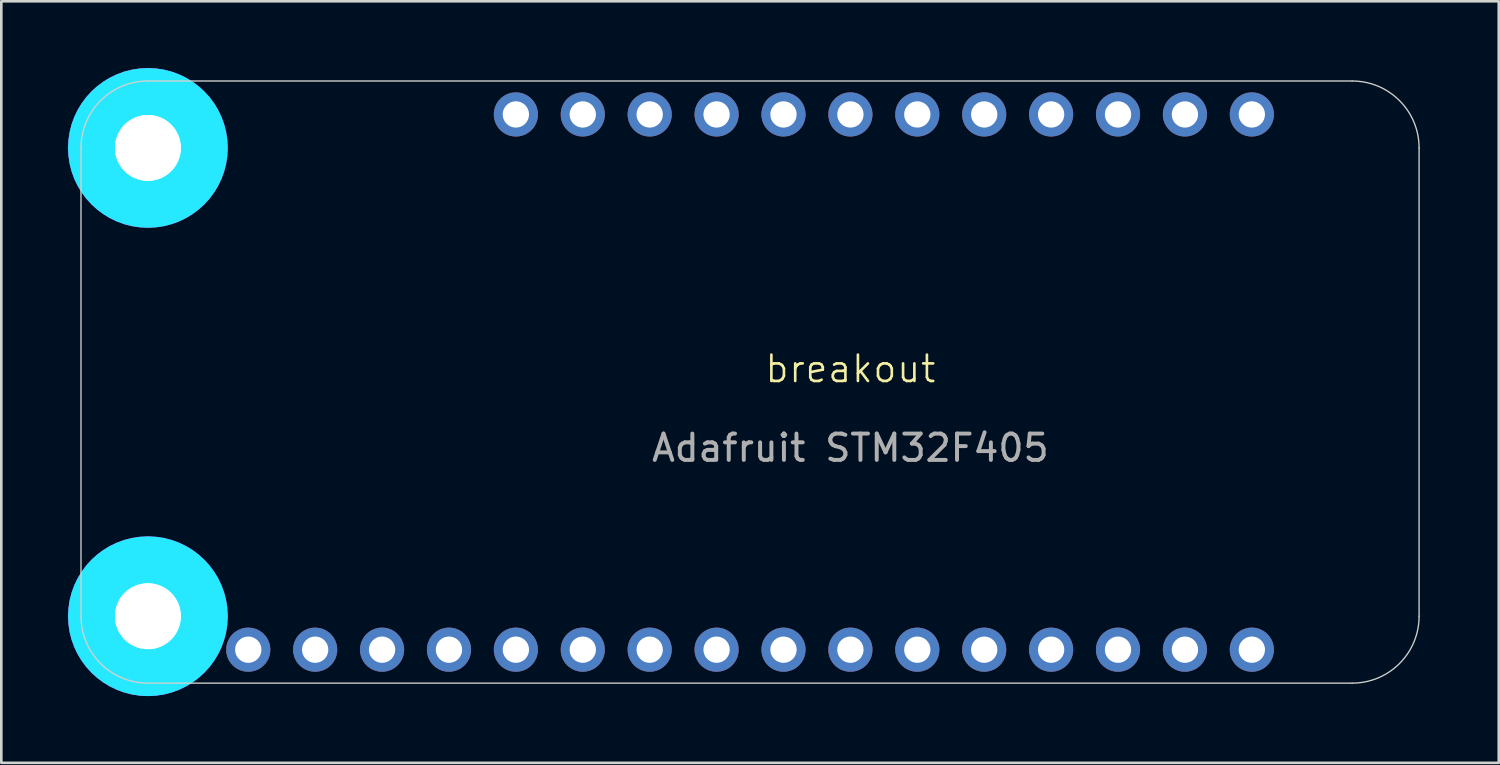
<source format=kicad_pcb>
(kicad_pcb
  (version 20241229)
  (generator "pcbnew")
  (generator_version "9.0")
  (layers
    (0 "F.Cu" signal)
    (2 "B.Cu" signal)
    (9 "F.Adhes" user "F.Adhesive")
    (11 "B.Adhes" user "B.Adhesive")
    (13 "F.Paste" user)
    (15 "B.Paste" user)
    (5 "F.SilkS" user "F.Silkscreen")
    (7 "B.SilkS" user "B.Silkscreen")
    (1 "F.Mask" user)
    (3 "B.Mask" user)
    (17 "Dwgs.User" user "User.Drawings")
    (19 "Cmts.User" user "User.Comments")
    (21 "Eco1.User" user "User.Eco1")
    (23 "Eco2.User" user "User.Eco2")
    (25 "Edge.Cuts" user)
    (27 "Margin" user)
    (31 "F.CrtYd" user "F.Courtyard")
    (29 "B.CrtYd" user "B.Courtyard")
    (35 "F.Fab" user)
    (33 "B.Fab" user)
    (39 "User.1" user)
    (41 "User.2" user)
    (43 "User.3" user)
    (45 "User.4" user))
  (footprint "breakout"
    (layer "F.Cu")
    (at 29.235 11.455)
    (property "Reference" "breakout" (at 0 -0.5 0) (unlocked yes) (layer "F.SilkS") (effects (font (size 1 1) (thickness 0.1))))
    (attr smd)
    (fp_circle (center -26.67 -8.89) (end -26.67 -6.89) (stroke (width 0.203) (type solid)) (fill no) (layer "F.SilkS"))
    (fp_circle (center -26.67 8.89) (end -26.67 10.89) (stroke (width 0.203) (type solid)) (fill no) (layer "F.SilkS"))
    (fp_line (start -29.21 -8.89) (end -29.21 8.89) (stroke (width 0.05) (type solid)) (layer "Edge.Cuts"))
    (fp_line (start -26.67 11.43) (end 19.05 11.43) (stroke (width 0.05) (type solid)) (layer "Edge.Cuts"))
    (fp_line (start 19.05 -11.43) (end -26.67 -11.43) (stroke (width 0.05) (type solid)) (layer "Edge.Cuts"))
    (fp_line (start 21.59 8.89) (end 21.59 -8.89) (stroke (width 0.05) (type solid)) (layer "Edge.Cuts"))
    (fp_arc (start -29.21 -8.89) (mid -28.466051 -10.686051) (end -26.67 -11.43) (stroke (width 0.05) (type solid)) (layer "Edge.Cuts"))
    (fp_arc (start -26.67 11.43) (mid -28.466051 10.686051) (end -29.21 8.89) (stroke (width 0.05) (type solid)) (layer "Edge.Cuts"))
    (fp_arc (start 19.05 -11.43) (mid 20.846051 -10.686051) (end 21.59 -8.89) (stroke (width 0.05) (type solid)) (layer "Edge.Cuts"))
    (fp_arc (start 21.589999 8.89) (mid 20.846051 10.686051) (end 19.05 11.429999) (stroke (width 0.05) (type solid)) (layer "Edge.Cuts"))
    (fp_circle (center -26.67 -8.89) (end -26.67 -7.89) (stroke (width 2.032) (type solid)) (fill no) (layer "B.CrtYd"))
    (fp_circle (center -26.67 8.89) (end -26.67 9.89) (stroke (width 2.032) (type solid)) (fill no) (layer "B.CrtYd"))
    (fp_circle (center -26.67 -8.89) (end -26.67 -7.89) (stroke (width 2.032) (type solid)) (fill no) (layer "F.CrtYd"))
    (fp_circle (center -26.67 8.89) (end -26.67 9.89) (stroke (width 2.032) (type solid)) (fill no) (layer "F.CrtYd"))
    (fp_text user "Adafruit STM32F405" (at 0 2.5 0) (unlocked yes) (layer "F.Fab") (effects (font (size 1 1) (thickness 0.15))))
    (pad "1" thru_hole circle (at 15.24 10.16 270) (size 1.676 1.676) (drill 1) (layers "*.Cu" "*.Mask"))
    (pad "2" thru_hole circle (at 12.7 10.16 270) (size 1.676 1.676) (drill 1) (layers "*.Cu" "*.Mask"))
    (pad "3" thru_hole circle (at 10.16 10.16 270) (size 1.676 1.676) (drill 1) (layers "*.Cu" "*.Mask"))
    (pad "4" thru_hole circle (at 7.62 10.16 270) (size 1.676 1.676) (drill 1) (layers "*.Cu" "*.Mask"))
    (pad "5" thru_hole circle (at 5.08 10.16 270) (size 1.676 1.676) (drill 1) (layers "*.Cu" "*.Mask"))
    (pad "6" thru_hole circle (at 2.54 10.16 270) (size 1.676 1.676) (drill 1) (layers "*.Cu" "*.Mask"))
    (pad "7" thru_hole circle (at 0 10.16 270) (size 1.676 1.676) (drill 1) (layers "*.Cu" "*.Mask"))
    (pad "8" thru_hole circle (at -2.54 10.16 270) (size 1.676 1.676) (drill 1) (layers "*.Cu" "*.Mask"))
    (pad "9" thru_hole circle (at -5.08 10.16 270) (size 1.676 1.676) (drill 1) (layers "*.Cu" "*.Mask"))
    (pad "10" thru_hole circle (at -7.62 10.16 270) (size 1.676 1.676) (drill 1) (layers "*.Cu" "*.Mask"))
    (pad "11" thru_hole circle (at -10.16 10.16 270) (size 1.676 1.676) (drill 1) (layers "*.Cu" "*.Mask"))
    (pad "12" thru_hole circle (at -12.7 10.16 270) (size 1.676 1.676) (drill 1) (layers "*.Cu" "*.Mask"))
    (pad "13" thru_hole circle (at -15.24 10.16 270) (size 1.676 1.676) (drill 1) (layers "*.Cu" "*.Mask"))
    (pad "14" thru_hole circle (at -17.78 10.16 270) (size 1.676 1.676) (drill 1) (layers "*.Cu" "*.Mask"))
    (pad "15" thru_hole circle (at -20.32 10.16 270) (size 1.676 1.676) (drill 1) (layers "*.Cu" "*.Mask"))
    (pad "16" thru_hole circle (at -22.86 10.16 270) (size 1.676 1.676) (drill 1) (layers "*.Cu" "*.Mask"))
    (pad "17" thru_hole circle (at -12.7 -10.16 90) (size 1.676 1.676) (drill 1) (layers "*.Cu" "*.Mask"))
    (pad "18" thru_hole circle (at -10.16 -10.16 90) (size 1.676 1.676) (drill 1) (layers "*.Cu" "*.Mask"))
    (pad "19" thru_hole circle (at -7.62 -10.16 90) (size 1.676 1.676) (drill 1) (layers "*.Cu" "*.Mask"))
    (pad "20" thru_hole circle (at -5.08 -10.16 90) (size 1.676 1.676) (drill 1) (layers "*.Cu" "*.Mask"))
    (pad "21" thru_hole circle (at -2.54 -10.16 90) (size 1.676 1.676) (drill 1) (layers "*.Cu" "*.Mask"))
    (pad "22" thru_hole circle (at 0 -10.16 90) (size 1.676 1.676) (drill 1) (layers "*.Cu" "*.Mask"))
    (pad "23" thru_hole circle (at 2.54 -10.16 90) (size 1.676 1.676) (drill 1) (layers "*.Cu" "*.Mask"))
    (pad "24" thru_hole circle (at 5.08 -10.16 90) (size 1.676 1.676) (drill 1) (layers "*.Cu" "*.Mask"))
    (pad "25" thru_hole circle (at 7.62 -10.16 90) (size 1.676 1.676) (drill 1) (layers "*.Cu" "*.Mask"))
    (pad "26" thru_hole circle (at 10.16 -10.16 90) (size 1.676 1.676) (drill 1) (layers "*.Cu" "*.Mask"))
    (pad "27" thru_hole circle (at 12.7 -10.16 90) (size 1.676 1.676) (drill 1) (layers "*.Cu" "*.Mask"))
    (pad "28" thru_hole circle (at 15.24 -10.16 90) (size 1.676 1.676) (drill 1) (layers "*.Cu" "*.Mask"))
    (pad "P$1" thru_hole circle (at -26.67 -8.89 270) (size 3.2 3.2) (drill 2.5) (layers "*.Cu" "*.Mask"))
    (pad "P$1" thru_hole circle (at -26.67 -8.89 270) (size 3.2 3.2) (drill 2.5) (layers "*.Cu" "*.Mask"))
    (pad "P$1" thru_hole circle (at -26.67 8.89 270) (size 3.2 3.2) (drill 2.5) (layers "*.Cu" "*.Mask"))
    (pad "P$1" thru_hole circle (at -26.67 8.89 270) (size 3.2 3.2) (drill 2.5) (layers "*.Cu" "*.Mask"))
    (zone (net_name "") (layer "F.Cu") (hatch edge 0.5) (connect_pads) (min_thickness 0.25) (filled_areas_thickness no) (keepout (tracks not_allowed) (vias not_allowed) (pads not_allowed) (copperpour not_allowed) (footprints allowed)) (placement (enabled no)) (fill) (polygon (pts (xy 2.565 4.581) (xy 2.846 4.561) (xy 3.121 4.503) (xy 3.385 4.407) (xy 3.633 4.275) (xy 3.861 4.109) (xy 4.063 3.914) (xy 4.236 3.692) (xy 4.377 3.449) (xy 4.482 3.188) (xy 4.55 2.915) (xy 4.58 2.635) (xy 4.57 2.354) (xy 4.521 2.077) (xy 4.434 1.81) (xy 4.311 1.557) (xy 4.154 1.324) (xy 3.965 1.115) (xy 3.75 0.934) (xy 3.511 0.785) (xy 3.255 0.671) (xy 2.984 0.593) (xy 2.706 0.554) (xy 2.424 0.554) (xy 2.146 0.593) (xy 1.875 0.671) (xy 1.619 0.785) (xy 1.38 0.934) (xy 1.165 1.115) (xy 0.976 1.324) (xy 0.819 1.557) (xy 0.696 1.81) (xy 0.609 2.077) (xy 0.56 2.354) (xy 0.55 2.635) (xy 0.58 2.915) (xy 0.648 3.188) (xy 0.753 3.449) (xy 0.894 3.692) (xy 1.067 3.914) (xy 1.269 4.109) (xy 1.497 4.275) (xy 1.745 4.407) (xy 2.009 4.503) (xy 2.284 4.561))) (polygon (pts (xy 2.565 2.549) (xy 2.554 2.554) (xy 2.549 2.565) (xy 2.554 2.576) (xy 2.565 2.581) (xy 2.576 2.576) (xy 2.581 2.565) (xy 2.576 2.554))))
    (zone (net_name "") (layer "F.Cu") (hatch edge 0.5) (connect_pads) (min_thickness 0.25) (filled_areas_thickness no) (keepout (tracks not_allowed) (vias not_allowed) (pads not_allowed) (copperpour not_allowed) (footprints allowed)) (placement (enabled no)) (fill) (polygon (pts (xy 2.565 22.361) (xy 2.846 22.341) (xy 3.121 22.283) (xy 3.385 22.187) (xy 3.633 22.055) (xy 3.861 21.889) (xy 4.063 21.694) (xy 4.236 21.472) (xy 4.377 21.229) (xy 4.482 20.968) (xy 4.55 20.695) (xy 4.58 20.415) (xy 4.57 20.134) (xy 4.521 19.857) (xy 4.434 19.59) (xy 4.311 19.337) (xy 4.154 19.104) (xy 3.965 18.895) (xy 3.75 18.714) (xy 3.511 18.565) (xy 3.255 18.451) (xy 2.984 18.373) (xy 2.706 18.334) (xy 2.424 18.334) (xy 2.146 18.373) (xy 1.875 18.451) (xy 1.619 18.565) (xy 1.38 18.714) (xy 1.165 18.895) (xy 0.976 19.104) (xy 0.819 19.337) (xy 0.696 19.59) (xy 0.609 19.857) (xy 0.56 20.134) (xy 0.55 20.415) (xy 0.58 20.695) (xy 0.648 20.968) (xy 0.753 21.229) (xy 0.894 21.472) (xy 1.067 21.694) (xy 1.269 21.889) (xy 1.497 22.055) (xy 1.745 22.187) (xy 2.009 22.283) (xy 2.284 22.341))) (polygon (pts (xy 2.565 20.329) (xy 2.554 20.334) (xy 2.549 20.345) (xy 2.554 20.356) (xy 2.565 20.361) (xy 2.576 20.356) (xy 2.581 20.345) (xy 2.576 20.334))))
    (zone (net_name "") (layer "B.Cu") (hatch edge 0.5) (connect_pads) (min_thickness 0.25) (filled_areas_thickness no) (keepout (tracks not_allowed) (vias not_allowed) (pads not_allowed) (copperpour not_allowed) (footprints allowed)) (placement (enabled no)) (fill) (polygon (pts (xy 2.565 4.581) (xy 2.846 4.561) (xy 3.121 4.503) (xy 3.385 4.407) (xy 3.633 4.275) (xy 3.861 4.109) (xy 4.063 3.914) (xy 4.236 3.692) (xy 4.377 3.449) (xy 4.482 3.188) (xy 4.55 2.915) (xy 4.58 2.635) (xy 4.57 2.354) (xy 4.521 2.077) (xy 4.434 1.81) (xy 4.311 1.557) (xy 4.154 1.324) (xy 3.965 1.115) (xy 3.75 0.934) (xy 3.511 0.785) (xy 3.255 0.671) (xy 2.984 0.593) (xy 2.706 0.554) (xy 2.424 0.554) (xy 2.146 0.593) (xy 1.875 0.671) (xy 1.619 0.785) (xy 1.38 0.934) (xy 1.165 1.115) (xy 0.976 1.324) (xy 0.819 1.557) (xy 0.696 1.81) (xy 0.609 2.077) (xy 0.56 2.354) (xy 0.55 2.635) (xy 0.58 2.915) (xy 0.648 3.188) (xy 0.753 3.449) (xy 0.894 3.692) (xy 1.067 3.914) (xy 1.269 4.109) (xy 1.497 4.275) (xy 1.745 4.407) (xy 2.009 4.503) (xy 2.284 4.561))) (polygon (pts (xy 2.565 2.549) (xy 2.554 2.554) (xy 2.549 2.565) (xy 2.554 2.576) (xy 2.565 2.581) (xy 2.576 2.576) (xy 2.581 2.565) (xy 2.576 2.554))))
    (zone (net_name "") (layer "B.Cu") (hatch edge 0.5) (connect_pads) (min_thickness 0.25) (filled_areas_thickness no) (keepout (tracks not_allowed) (vias not_allowed) (pads not_allowed) (copperpour not_allowed) (footprints allowed)) (placement (enabled no)) (fill) (polygon (pts (xy 2.565 22.361) (xy 2.846 22.341) (xy 3.121 22.283) (xy 3.385 22.187) (xy 3.633 22.055) (xy 3.861 21.889) (xy 4.063 21.694) (xy 4.236 21.472) (xy 4.377 21.229) (xy 4.482 20.968) (xy 4.55 20.695) (xy 4.58 20.415) (xy 4.57 20.134) (xy 4.521 19.857) (xy 4.434 19.59) (xy 4.311 19.337) (xy 4.154 19.104) (xy 3.965 18.895) (xy 3.75 18.714) (xy 3.511 18.565) (xy 3.255 18.451) (xy 2.984 18.373) (xy 2.706 18.334) (xy 2.424 18.334) (xy 2.146 18.373) (xy 1.875 18.451) (xy 1.619 18.565) (xy 1.38 18.714) (xy 1.165 18.895) (xy 0.976 19.104) (xy 0.819 19.337) (xy 0.696 19.59) (xy 0.609 19.857) (xy 0.56 20.134) (xy 0.55 20.415) (xy 0.58 20.695) (xy 0.648 20.968) (xy 0.753 21.229) (xy 0.894 21.472) (xy 1.067 21.694) (xy 1.269 21.889) (xy 1.497 22.055) (xy 1.745 22.187) (xy 2.009 22.283) (xy 2.284 22.341))) (polygon (pts (xy 2.565 20.329) (xy 2.554 20.334) (xy 2.549 20.345) (xy 2.554 20.356) (xy 2.565 20.361) (xy 2.576 20.356) (xy 2.581 20.345) (xy 2.576 20.334)))))
  (gr_rect
    (start -3 -3)
    (end 53.85 25.91)
    (stroke (width 0.1) (type default))
    (fill no)
    (layer "Edge.Cuts")))
</source>
